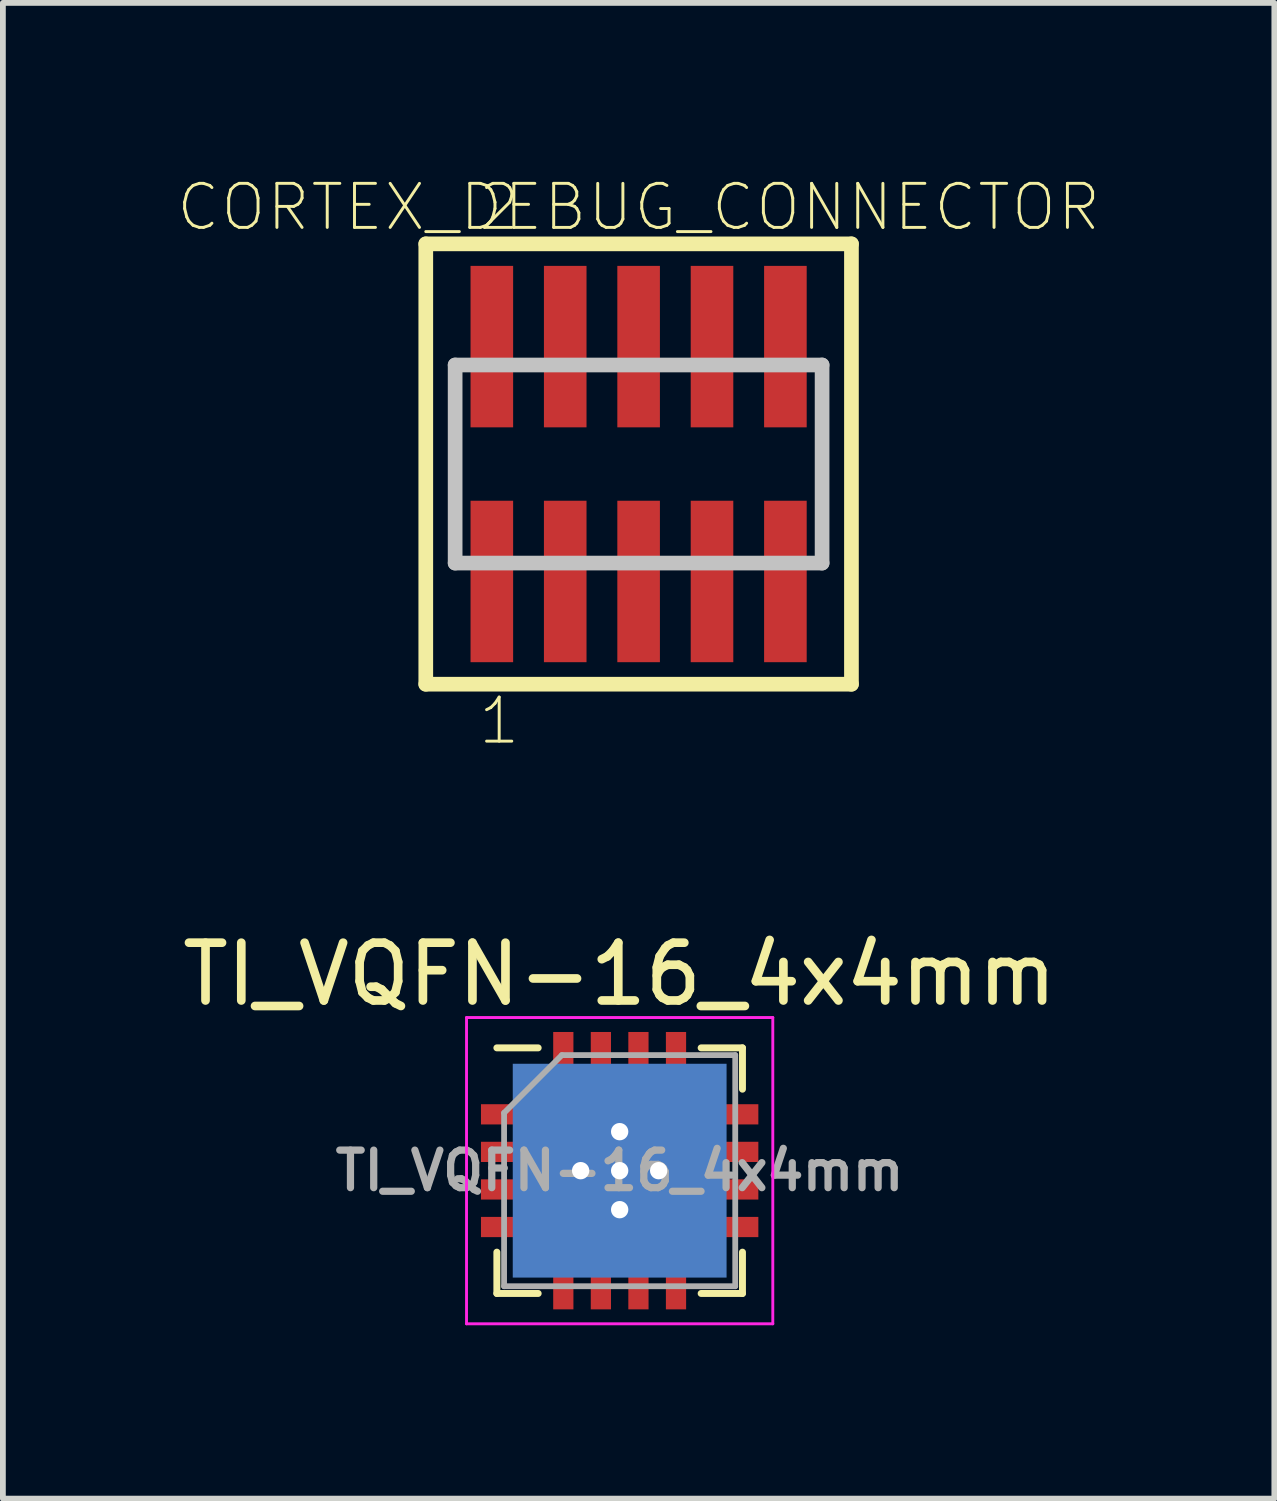
<source format=kicad_pcb>
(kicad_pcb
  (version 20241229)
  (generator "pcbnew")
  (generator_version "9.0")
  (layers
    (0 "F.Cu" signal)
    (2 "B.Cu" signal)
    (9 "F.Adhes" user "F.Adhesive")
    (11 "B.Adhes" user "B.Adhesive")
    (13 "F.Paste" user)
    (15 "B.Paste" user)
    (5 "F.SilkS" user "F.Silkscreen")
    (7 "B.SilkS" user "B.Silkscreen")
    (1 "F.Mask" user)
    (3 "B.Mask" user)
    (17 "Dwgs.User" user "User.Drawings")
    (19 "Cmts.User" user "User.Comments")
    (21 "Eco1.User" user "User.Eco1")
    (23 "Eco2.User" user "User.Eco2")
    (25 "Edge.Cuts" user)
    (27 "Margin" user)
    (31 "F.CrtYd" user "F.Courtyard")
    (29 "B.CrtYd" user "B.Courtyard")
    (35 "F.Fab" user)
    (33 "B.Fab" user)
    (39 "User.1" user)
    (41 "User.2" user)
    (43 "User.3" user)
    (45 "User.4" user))
  (footprint "TI_VQFN-16_4x4mm"
    (layer "F.Cu")
    (at 7.673 17.208)
    (property "Reference" "TI_VQFN-16_4x4mm" (at 0 -3.4 0) (layer "F.SilkS") (effects (font (size 1 1) (thickness 0.15))))
    (attr smd)
    (fp_line (start -2.125 -2.125) (end -1.41 -2.125) (stroke (width 0.12) (type solid)) (layer "F.SilkS"))
    (fp_line (start -2.125 2.125) (end -2.125 1.41) (stroke (width 0.12) (type solid)) (layer "F.SilkS"))
    (fp_line (start -1.41 2.125) (end -2.125 2.125) (stroke (width 0.12) (type solid)) (layer "F.SilkS"))
    (fp_line (start 1.41 -2.125) (end 2.125 -2.125) (stroke (width 0.12) (type solid)) (layer "F.SilkS"))
    (fp_line (start 1.41 2.125) (end 2.125 2.125) (stroke (width 0.12) (type solid)) (layer "F.SilkS"))
    (fp_line (start 2.125 -2.125) (end 2.125 -1.41) (stroke (width 0.12) (type solid)) (layer "F.SilkS"))
    (fp_line (start 2.125 2.125) (end 2.125 1.41) (stroke (width 0.12) (type solid)) (layer "F.SilkS"))
    (fp_line (start -2.65 -2.65) (end -2.65 2.65) (stroke (width 0.05) (type solid)) (layer "F.CrtYd"))
    (fp_line (start -2.65 2.65) (end 2.65 2.65) (stroke (width 0.05) (type solid)) (layer "F.CrtYd"))
    (fp_line (start 2.65 -2.65) (end -2.65 -2.65) (stroke (width 0.05) (type solid)) (layer "F.CrtYd"))
    (fp_line (start 2.65 2.65) (end 2.65 -2.65) (stroke (width 0.05) (type solid)) (layer "F.CrtYd"))
    (fp_line (start -2 -1) (end -1 -2) (stroke (width 0.1) (type solid)) (layer "F.Fab"))
    (fp_line (start -2 2) (end -2 -1) (stroke (width 0.1) (type solid)) (layer "F.Fab"))
    (fp_line (start -1 -2) (end 2 -2) (stroke (width 0.1) (type solid)) (layer "F.Fab"))
    (fp_line (start 2 -2) (end 2 2) (stroke (width 0.1) (type solid)) (layer "F.Fab"))
    (fp_line (start 2 2) (end -2 2) (stroke (width 0.1) (type solid)) (layer "F.Fab"))
    (fp_text user "${REFERENCE}" (at 0 0 0) (layer "F.Fab") (effects (font (size 0.65 0.65) (thickness 0.125))))
    (pad "" smd rect (at -0.675 -0.675) (size 0.894 0.894) (layers "F.Paste"))
    (pad "" smd rect (at -0.675 0.675) (size 0.894 0.894) (layers "F.Paste"))
    (pad "" smd rect (at 0.675 -0.675) (size 0.894 0.894) (layers "F.Paste"))
    (pad "" smd rect (at 0.675 0.675) (size 0.894 0.894) (layers "F.Paste"))
    (pad "1" smd rect (at -1.975 -0.975) (size 0.85 0.35) (layers "F.Cu" "F.Mask" "F.Paste"))
    (pad "2" smd rect (at -1.975 -0.325) (size 0.85 0.35) (layers "F.Cu" "F.Mask" "F.Paste"))
    (pad "3" smd rect (at -1.975 0.325) (size 0.85 0.35) (layers "F.Cu" "F.Mask" "F.Paste"))
    (pad "4" smd rect (at -1.975 0.975) (size 0.85 0.35) (layers "F.Cu" "F.Mask" "F.Paste"))
    (pad "5" smd rect (at -0.975 1.975 90) (size 0.85 0.35) (layers "F.Cu" "F.Mask" "F.Paste"))
    (pad "6" smd rect (at -0.325 1.975 90) (size 0.85 0.35) (layers "F.Cu" "F.Mask" "F.Paste"))
    (pad "7" smd rect (at 0.325 1.975 90) (size 0.85 0.35) (layers "F.Cu" "F.Mask" "F.Paste"))
    (pad "8" smd rect (at 0.975 1.975 90) (size 0.85 0.35) (layers "F.Cu" "F.Mask" "F.Paste"))
    (pad "9" smd rect (at 1.975 0.975) (size 0.85 0.35) (layers "F.Cu" "F.Mask" "F.Paste"))
    (pad "10" smd rect (at 1.975 0.325) (size 0.85 0.35) (layers "F.Cu" "F.Mask" "F.Paste"))
    (pad "11" smd rect (at 1.975 -0.325) (size 0.85 0.35) (layers "F.Cu" "F.Mask" "F.Paste"))
    (pad "12" smd rect (at 1.975 -0.975) (size 0.85 0.35) (layers "F.Cu" "F.Mask" "F.Paste"))
    (pad "13" smd rect (at 0.975 -1.975 90) (size 0.85 0.35) (layers "F.Cu" "F.Mask" "F.Paste"))
    (pad "14" smd rect (at 0.325 -1.975 90) (size 0.85 0.35) (layers "F.Cu" "F.Mask" "F.Paste"))
    (pad "15" smd rect (at -0.325 -1.975 90) (size 0.85 0.35) (layers "F.Cu" "F.Mask" "F.Paste"))
    (pad "16" smd rect (at -0.975 -1.975 90) (size 0.85 0.35) (layers "F.Cu" "F.Mask" "F.Paste"))
    (pad "17" thru_hole circle (at -0.675 0) (size 0.6 0.6) (drill 0.3) (layers "*.Cu"))
    (pad "17" thru_hole circle (at 0 -0.675) (size 0.6 0.6) (drill 0.3) (layers "*.Cu"))
    (pad "17" thru_hole circle (at 0 0) (size 0.6 0.6) (drill 0.3) (layers "*.Cu"))
    (pad "17" smd rect (at 0 0) (size 2.7 2.7) (layers "F.Cu" "F.Mask"))
    (pad "17" smd rect (at 0 0) (size 3.7 3.7) (layers "B.Cu"))
    (pad "17" thru_hole circle (at 0 0.675) (size 0.6 0.6) (drill 0.3) (layers "*.Cu"))
    (pad "17" thru_hole circle (at 0.675 0) (size 0.6 0.6) (drill 0.3) (layers "*.Cu")))
  (footprint "CORTEX_DEBUG_CONNECTOR"
    (layer "F.Cu")
    (at 8.001 4.98)
    (property "Reference" "CORTEX_DEBUG_CONNECTOR" (at 0 -4.445 0) (layer "F.SilkS") (effects (font (size 0.762 0.762) (thickness 0.051))))
    (attr smd)
    (fp_line (start -3.683 -3.81) (end 3.683 -3.81) (stroke (width 0.254) (type solid)) (layer "F.SilkS"))
    (fp_line (start -3.683 3.81) (end -3.683 -3.81) (stroke (width 0.254) (type solid)) (layer "F.SilkS"))
    (fp_line (start 3.683 -3.81) (end 3.683 3.81) (stroke (width 0.254) (type solid)) (layer "F.SilkS"))
    (fp_line (start 3.683 3.81) (end -3.683 3.81) (stroke (width 0.254) (type solid)) (layer "F.SilkS"))
    (fp_line (start -3.175 -1.714) (end 3.175 -1.714) (stroke (width 0.254) (type solid)) (layer "Dwgs.User"))
    (fp_line (start -3.175 1.714) (end -3.175 -1.714) (stroke (width 0.254) (type solid)) (layer "Dwgs.User"))
    (fp_line (start 3.175 -1.714) (end 3.175 1.714) (stroke (width 0.254) (type solid)) (layer "Dwgs.User"))
    (fp_line (start 3.175 1.714) (end -3.175 1.714) (stroke (width 0.254) (type solid)) (layer "Dwgs.User"))
    (fp_text user "2" (at -2.413 -4.445 0) (layer "F.SilkS") (effects (font (size 0.762 0.762) (thickness 0.051))))
    (fp_text user "1" (at -2.413 4.445 0) (layer "F.SilkS") (effects (font (size 0.762 0.762) (thickness 0.051))))
    (pad "1" smd rect (at -2.54 2.032) (size 0.737 2.794) (layers "F.Cu" "F.Mask" "F.Paste"))
    (pad "2" smd rect (at -2.54 -2.032) (size 0.737 2.794) (layers "F.Cu" "F.Mask" "F.Paste"))
    (pad "3" smd rect (at -1.27 2.032) (size 0.737 2.794) (layers "F.Cu" "F.Mask" "F.Paste"))
    (pad "4" smd rect (at -1.27 -2.032) (size 0.737 2.794) (layers "F.Cu" "F.Mask" "F.Paste"))
    (pad "5" smd rect (at 0 2.032) (size 0.737 2.794) (layers "F.Cu" "F.Mask" "F.Paste"))
    (pad "6" smd rect (at 0 -2.032) (size 0.737 2.794) (layers "F.Cu" "F.Mask" "F.Paste"))
    (pad "7" smd rect (at 1.27 2.032) (size 0.737 2.794) (layers "F.Cu" "F.Mask" "F.Paste"))
    (pad "8" smd rect (at 1.27 -2.032) (size 0.737 2.794) (layers "F.Cu" "F.Mask" "F.Paste"))
    (pad "9" smd rect (at 2.54 2.032) (size 0.737 2.794) (layers "F.Cu" "F.Mask" "F.Paste"))
    (pad "10" smd rect (at 2.54 -2.032) (size 0.737 2.794) (layers "F.Cu" "F.Mask" "F.Paste")))
  (gr_rect
    (start -3 -3)
    (end 19.002 22.883)
    (stroke (width 0.1) (type default))
    (fill no)
    (layer "Edge.Cuts")))
</source>
